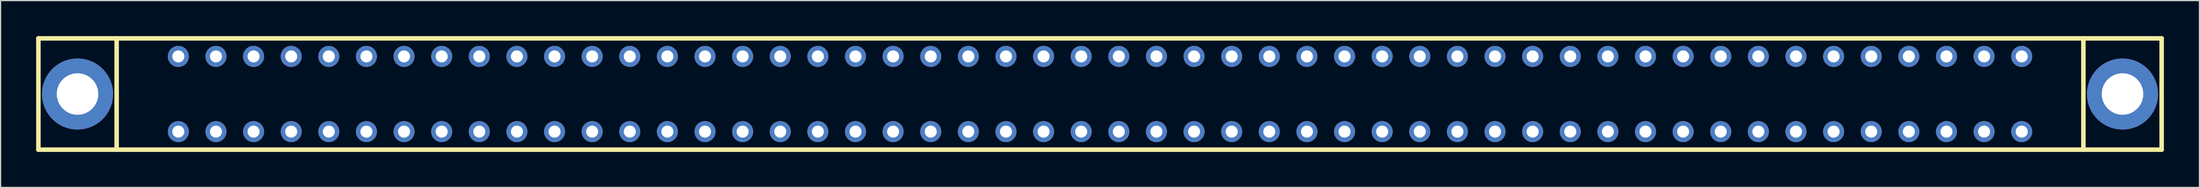
<source format=kicad_pcb>
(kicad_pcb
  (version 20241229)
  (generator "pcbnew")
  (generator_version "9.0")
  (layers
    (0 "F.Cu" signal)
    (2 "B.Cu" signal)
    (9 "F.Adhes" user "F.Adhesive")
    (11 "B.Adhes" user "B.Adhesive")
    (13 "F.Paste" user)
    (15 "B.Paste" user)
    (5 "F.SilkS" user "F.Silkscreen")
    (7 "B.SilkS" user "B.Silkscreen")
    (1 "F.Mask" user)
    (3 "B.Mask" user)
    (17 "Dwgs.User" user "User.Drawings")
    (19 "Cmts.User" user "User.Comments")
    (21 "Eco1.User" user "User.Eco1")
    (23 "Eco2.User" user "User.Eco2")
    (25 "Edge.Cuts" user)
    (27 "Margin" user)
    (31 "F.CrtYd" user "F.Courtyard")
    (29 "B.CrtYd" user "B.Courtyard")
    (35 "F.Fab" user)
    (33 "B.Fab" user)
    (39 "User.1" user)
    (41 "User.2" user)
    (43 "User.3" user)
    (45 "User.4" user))
  (footprint "S100_FEMALE"
    (layer "F.Cu")
    (at 89.667 4.884)
    (property "Reference" "S100_FEMALE" (at 0.127 -4.699 0) (layer "F.SilkS") (effects (font (size 0.127 0.127) (thickness 0.025))))
    (attr through_hole)
    (fp_line (start -89.477 4.704) (end -89.477 -4.694) (stroke (width 0.381) (type solid)) (layer "F.SilkS"))
    (fp_line (start -89.477 4.704) (end 89.72 4.704) (stroke (width 0.381) (type solid)) (layer "F.SilkS"))
    (fp_line (start -82.873 -4.694) (end -82.873 4.704) (stroke (width 0.381) (type solid)) (layer "F.SilkS"))
    (fp_line (start 83.116 -4.694) (end 83.116 4.704) (stroke (width 0.381) (type solid)) (layer "F.SilkS"))
    (fp_line (start 89.72 -4.694) (end -89.477 -4.694) (stroke (width 0.381) (type solid)) (layer "F.SilkS"))
    (fp_line (start 89.72 4.704) (end 89.72 -4.694) (stroke (width 0.381) (type solid)) (layer "F.SilkS"))
    (pad "1" thru_hole circle (at -77.666 3.18) (size 1.778 1.778) (drill 1.016) (layers "*.Cu" "*.Mask"))
    (pad "2" thru_hole circle (at -74.491 3.18) (size 1.778 1.778) (drill 1.016) (layers "*.Cu" "*.Mask"))
    (pad "3" thru_hole circle (at -71.316 3.18) (size 1.778 1.778) (drill 1.016) (layers "*.Cu" "*.Mask"))
    (pad "4" thru_hole circle (at -68.141 3.18) (size 1.778 1.778) (drill 1.016) (layers "*.Cu" "*.Mask"))
    (pad "5" thru_hole circle (at -64.966 3.18) (size 1.778 1.778) (drill 1.016) (layers "*.Cu" "*.Mask"))
    (pad "6" thru_hole circle (at -61.791 3.18) (size 1.778 1.778) (drill 1.016) (layers "*.Cu" "*.Mask"))
    (pad "7" thru_hole circle (at -58.616 3.18) (size 1.778 1.778) (drill 1.016) (layers "*.Cu" "*.Mask"))
    (pad "8" thru_hole circle (at -55.441 3.18) (size 1.778 1.778) (drill 1.016) (layers "*.Cu" "*.Mask"))
    (pad "9" thru_hole circle (at -52.266 3.18) (size 1.778 1.778) (drill 1.016) (layers "*.Cu" "*.Mask"))
    (pad "10" thru_hole circle (at -49.091 3.18) (size 1.778 1.778) (drill 1.016) (layers "*.Cu" "*.Mask"))
    (pad "11" thru_hole circle (at -45.916 3.18) (size 1.778 1.778) (drill 1.016) (layers "*.Cu" "*.Mask"))
    (pad "12" thru_hole circle (at -42.741 3.18) (size 1.778 1.778) (drill 1.016) (layers "*.Cu" "*.Mask"))
    (pad "13" thru_hole circle (at -39.566 3.18) (size 1.778 1.778) (drill 1.016) (layers "*.Cu" "*.Mask"))
    (pad "14" thru_hole circle (at -36.391 3.18) (size 1.778 1.778) (drill 1.016) (layers "*.Cu" "*.Mask"))
    (pad "15" thru_hole circle (at -33.216 3.18) (size 1.778 1.778) (drill 1.016) (layers "*.Cu" "*.Mask"))
    (pad "16" thru_hole circle (at -30.041 3.18) (size 1.778 1.778) (drill 1.016) (layers "*.Cu" "*.Mask"))
    (pad "17" thru_hole circle (at -26.866 3.18) (size 1.778 1.778) (drill 1.016) (layers "*.Cu" "*.Mask"))
    (pad "18" thru_hole circle (at -23.691 3.18) (size 1.778 1.778) (drill 1.016) (layers "*.Cu" "*.Mask"))
    (pad "19" thru_hole circle (at -20.516 3.18) (size 1.778 1.778) (drill 1.016) (layers "*.Cu" "*.Mask"))
    (pad "20" thru_hole circle (at -17.341 3.18) (size 1.778 1.778) (drill 1.016) (layers "*.Cu" "*.Mask"))
    (pad "21" thru_hole circle (at -14.166 3.18) (size 1.778 1.778) (drill 1.016) (layers "*.Cu" "*.Mask"))
    (pad "22" thru_hole circle (at -10.991 3.18) (size 1.778 1.778) (drill 1.016) (layers "*.Cu" "*.Mask"))
    (pad "23" thru_hole circle (at -7.816 3.18) (size 1.778 1.778) (drill 1.016) (layers "*.Cu" "*.Mask"))
    (pad "24" thru_hole circle (at -4.641 3.18) (size 1.778 1.778) (drill 1.016) (layers "*.Cu" "*.Mask"))
    (pad "25" thru_hole circle (at -1.466 3.18) (size 1.778 1.778) (drill 1.016) (layers "*.Cu" "*.Mask"))
    (pad "26" thru_hole circle (at 1.709 3.18) (size 1.778 1.778) (drill 1.016) (layers "*.Cu" "*.Mask"))
    (pad "27" thru_hole circle (at 4.884 3.18) (size 1.778 1.778) (drill 1.016) (layers "*.Cu" "*.Mask"))
    (pad "28" thru_hole circle (at 8.059 3.18) (size 1.778 1.778) (drill 1.016) (layers "*.Cu" "*.Mask"))
    (pad "29" thru_hole circle (at 11.234 3.18) (size 1.778 1.778) (drill 1.016) (layers "*.Cu" "*.Mask"))
    (pad "30" thru_hole circle (at 14.409 3.18) (size 1.778 1.778) (drill 1.016) (layers "*.Cu" "*.Mask"))
    (pad "31" thru_hole circle (at 17.584 3.18) (size 1.778 1.778) (drill 1.016) (layers "*.Cu" "*.Mask"))
    (pad "32" thru_hole circle (at 20.759 3.18) (size 1.778 1.778) (drill 1.016) (layers "*.Cu" "*.Mask"))
    (pad "33" thru_hole circle (at 23.934 3.18) (size 1.778 1.778) (drill 1.016) (layers "*.Cu" "*.Mask"))
    (pad "34" thru_hole circle (at 27.109 3.18) (size 1.778 1.778) (drill 1.016) (layers "*.Cu" "*.Mask"))
    (pad "35" thru_hole circle (at 30.284 3.18) (size 1.778 1.778) (drill 1.016) (layers "*.Cu" "*.Mask"))
    (pad "36" thru_hole circle (at 33.459 3.18) (size 1.778 1.778) (drill 1.016) (layers "*.Cu" "*.Mask"))
    (pad "37" thru_hole circle (at 36.634 3.18) (size 1.778 1.778) (drill 1.016) (layers "*.Cu" "*.Mask"))
    (pad "38" thru_hole circle (at 39.809 3.18) (size 1.778 1.778) (drill 1.016) (layers "*.Cu" "*.Mask"))
    (pad "39" thru_hole circle (at 42.984 3.18) (size 1.778 1.778) (drill 1.016) (layers "*.Cu" "*.Mask"))
    (pad "40" thru_hole circle (at 46.159 3.18) (size 1.778 1.778) (drill 1.016) (layers "*.Cu" "*.Mask"))
    (pad "41" thru_hole circle (at 49.334 3.18) (size 1.778 1.778) (drill 1.016) (layers "*.Cu" "*.Mask"))
    (pad "42" thru_hole circle (at 52.509 3.18) (size 1.778 1.778) (drill 1.016) (layers "*.Cu" "*.Mask"))
    (pad "43" thru_hole circle (at 55.684 3.18) (size 1.778 1.778) (drill 1.016) (layers "*.Cu" "*.Mask"))
    (pad "44" thru_hole circle (at 58.859 3.18) (size 1.778 1.778) (drill 1.016) (layers "*.Cu" "*.Mask"))
    (pad "45" thru_hole circle (at 62.034 3.18) (size 1.778 1.778) (drill 1.016) (layers "*.Cu" "*.Mask"))
    (pad "46" thru_hole circle (at 65.209 3.18) (size 1.778 1.778) (drill 1.016) (layers "*.Cu" "*.Mask"))
    (pad "47" thru_hole circle (at 68.384 3.18) (size 1.778 1.778) (drill 1.016) (layers "*.Cu" "*.Mask"))
    (pad "48" thru_hole circle (at 71.559 3.18) (size 1.778 1.778) (drill 1.016) (layers "*.Cu" "*.Mask"))
    (pad "49" thru_hole circle (at 74.734 3.18) (size 1.778 1.778) (drill 1.016) (layers "*.Cu" "*.Mask"))
    (pad "50" thru_hole circle (at 77.909 3.18) (size 1.778 1.778) (drill 1.016) (layers "*.Cu" "*.Mask"))
    (pad "51" thru_hole circle (at -77.666 -3.17) (size 1.778 1.778) (drill 1.016) (layers "*.Cu" "*.Mask"))
    (pad "52" thru_hole circle (at -74.491 -3.17) (size 1.778 1.778) (drill 1.016) (layers "*.Cu" "*.Mask"))
    (pad "53" thru_hole circle (at -71.316 -3.17) (size 1.778 1.778) (drill 1.016) (layers "*.Cu" "*.Mask"))
    (pad "54" thru_hole circle (at -68.141 -3.17) (size 1.778 1.778) (drill 1.016) (layers "*.Cu" "*.Mask"))
    (pad "55" thru_hole circle (at -64.966 -3.17) (size 1.778 1.778) (drill 1.016) (layers "*.Cu" "*.Mask"))
    (pad "56" thru_hole circle (at -61.791 -3.17) (size 1.778 1.778) (drill 1.016) (layers "*.Cu" "*.Mask"))
    (pad "57" thru_hole circle (at -58.616 -3.17) (size 1.778 1.778) (drill 1.016) (layers "*.Cu" "*.Mask"))
    (pad "58" thru_hole circle (at -55.441 -3.17) (size 1.778 1.778) (drill 1.016) (layers "*.Cu" "*.Mask"))
    (pad "59" thru_hole circle (at -52.266 -3.17) (size 1.778 1.778) (drill 1.016) (layers "*.Cu" "*.Mask"))
    (pad "60" thru_hole circle (at -49.091 -3.17) (size 1.778 1.778) (drill 1.016) (layers "*.Cu" "*.Mask"))
    (pad "61" thru_hole circle (at -45.916 -3.17) (size 1.778 1.778) (drill 1.016) (layers "*.Cu" "*.Mask"))
    (pad "62" thru_hole circle (at -42.741 -3.17) (size 1.778 1.778) (drill 1.016) (layers "*.Cu" "*.Mask"))
    (pad "63" thru_hole circle (at -39.566 -3.17) (size 1.778 1.778) (drill 1.016) (layers "*.Cu" "*.Mask"))
    (pad "64" thru_hole circle (at -36.391 -3.17) (size 1.778 1.778) (drill 1.016) (layers "*.Cu" "*.Mask"))
    (pad "65" thru_hole circle (at -33.216 -3.17) (size 1.778 1.778) (drill 1.016) (layers "*.Cu" "*.Mask"))
    (pad "66" thru_hole circle (at -30.041 -3.17) (size 1.778 1.778) (drill 1.016) (layers "*.Cu" "*.Mask"))
    (pad "67" thru_hole circle (at -26.866 -3.17) (size 1.778 1.778) (drill 1.016) (layers "*.Cu" "*.Mask"))
    (pad "68" thru_hole circle (at -23.691 -3.17) (size 1.778 1.778) (drill 1.016) (layers "*.Cu" "*.Mask"))
    (pad "69" thru_hole circle (at -20.516 -3.17) (size 1.778 1.778) (drill 1.016) (layers "*.Cu" "*.Mask"))
    (pad "70" thru_hole circle (at -17.341 -3.17) (size 1.778 1.778) (drill 1.016) (layers "*.Cu" "*.Mask"))
    (pad "71" thru_hole circle (at -14.166 -3.17) (size 1.778 1.778) (drill 1.016) (layers "*.Cu" "*.Mask"))
    (pad "72" thru_hole circle (at -10.991 -3.17) (size 1.778 1.778) (drill 1.016) (layers "*.Cu" "*.Mask"))
    (pad "73" thru_hole circle (at -7.816 -3.17) (size 1.778 1.778) (drill 1.016) (layers "*.Cu" "*.Mask"))
    (pad "74" thru_hole circle (at -4.641 -3.17) (size 1.778 1.778) (drill 1.016) (layers "*.Cu" "*.Mask"))
    (pad "75" thru_hole circle (at -1.466 -3.17) (size 1.778 1.778) (drill 1.016) (layers "*.Cu" "*.Mask"))
    (pad "76" thru_hole circle (at 1.709 -3.17) (size 1.778 1.778) (drill 1.016) (layers "*.Cu" "*.Mask"))
    (pad "77" thru_hole circle (at 4.884 -3.17) (size 1.778 1.778) (drill 1.016) (layers "*.Cu" "*.Mask"))
    (pad "78" thru_hole circle (at 8.059 -3.17) (size 1.778 1.778) (drill 1.016) (layers "*.Cu" "*.Mask"))
    (pad "79" thru_hole circle (at 11.234 -3.17) (size 1.778 1.778) (drill 1.016) (layers "*.Cu" "*.Mask"))
    (pad "80" thru_hole circle (at 14.409 -3.17) (size 1.778 1.778) (drill 1.016) (layers "*.Cu" "*.Mask"))
    (pad "81" thru_hole circle (at 17.584 -3.17) (size 1.778 1.778) (drill 1.016) (layers "*.Cu" "*.Mask"))
    (pad "82" thru_hole circle (at 20.759 -3.17) (size 1.778 1.778) (drill 1.016) (layers "*.Cu" "*.Mask"))
    (pad "83" thru_hole circle (at 23.934 -3.17) (size 1.778 1.778) (drill 1.016) (layers "*.Cu" "*.Mask"))
    (pad "84" thru_hole circle (at 27.109 -3.17) (size 1.778 1.778) (drill 1.016) (layers "*.Cu" "*.Mask"))
    (pad "85" thru_hole circle (at 30.284 -3.17) (size 1.778 1.778) (drill 1.016) (layers "*.Cu" "*.Mask"))
    (pad "86" thru_hole circle (at 33.459 -3.17) (size 1.778 1.778) (drill 1.016) (layers "*.Cu" "*.Mask"))
    (pad "87" thru_hole circle (at 36.634 -3.17) (size 1.778 1.778) (drill 1.016) (layers "*.Cu" "*.Mask"))
    (pad "88" thru_hole circle (at 39.809 -3.17) (size 1.778 1.778) (drill 1.016) (layers "*.Cu" "*.Mask"))
    (pad "89" thru_hole circle (at 42.984 -3.17) (size 1.778 1.778) (drill 1.016) (layers "*.Cu" "*.Mask"))
    (pad "90" thru_hole circle (at 46.159 -3.17) (size 1.778 1.778) (drill 1.016) (layers "*.Cu" "*.Mask"))
    (pad "91" thru_hole circle (at 49.334 -3.17) (size 1.778 1.778) (drill 1.016) (layers "*.Cu" "*.Mask"))
    (pad "92" thru_hole circle (at 52.509 -3.17) (size 1.778 1.778) (drill 1.016) (layers "*.Cu" "*.Mask"))
    (pad "93" thru_hole circle (at 55.684 -3.17) (size 1.778 1.778) (drill 1.016) (layers "*.Cu" "*.Mask"))
    (pad "94" thru_hole circle (at 58.859 -3.17) (size 1.778 1.778) (drill 1.016) (layers "*.Cu" "*.Mask"))
    (pad "95" thru_hole circle (at 62.034 -3.17) (size 1.778 1.778) (drill 1.016) (layers "*.Cu" "*.Mask"))
    (pad "96" thru_hole circle (at 65.209 -3.17) (size 1.778 1.778) (drill 1.016) (layers "*.Cu" "*.Mask"))
    (pad "97" thru_hole circle (at 68.384 -3.17) (size 1.778 1.778) (drill 1.016) (layers "*.Cu" "*.Mask"))
    (pad "98" thru_hole circle (at 71.559 -3.17) (size 1.778 1.778) (drill 1.016) (layers "*.Cu" "*.Mask"))
    (pad "99" thru_hole circle (at 74.734 -3.17) (size 1.778 1.778) (drill 1.016) (layers "*.Cu" "*.Mask"))
    (pad "100" thru_hole circle (at 77.909 -3.17) (size 1.778 1.778) (drill 1.016) (layers "*.Cu" "*.Mask"))
    (pad "101" thru_hole circle (at -86.175 0.005) (size 6 6) (drill 3.505) (layers "*.Cu" "*.Mask"))
    (pad "102" thru_hole circle (at 86.418 0.005) (size 6 6) (drill 3.505) (layers "*.Cu" "*.Mask")))
  (gr_rect
    (start -3 -3)
    (end 182.578 12.779)
    (stroke (width 0.1) (type default))
    (fill no)
    (layer "Edge.Cuts")))
</source>
